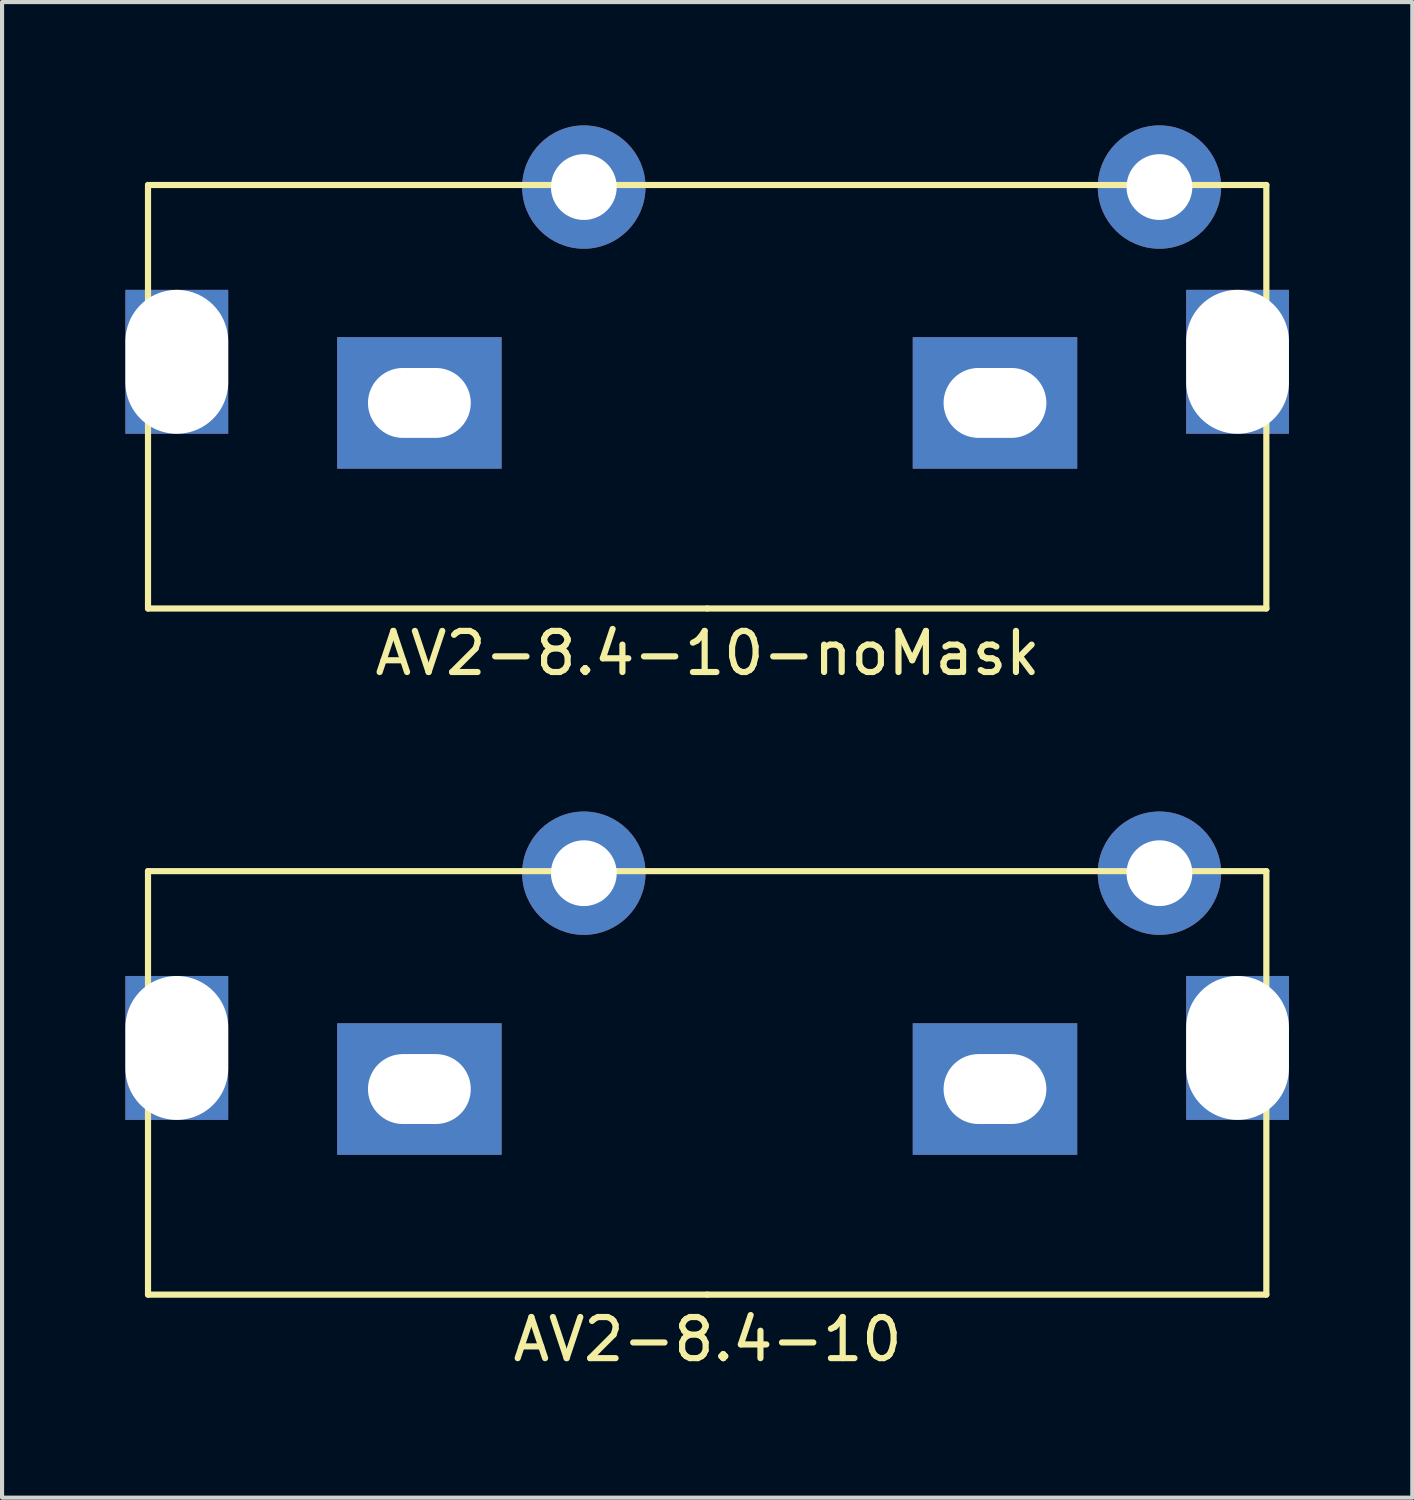
<source format=kicad_pcb>
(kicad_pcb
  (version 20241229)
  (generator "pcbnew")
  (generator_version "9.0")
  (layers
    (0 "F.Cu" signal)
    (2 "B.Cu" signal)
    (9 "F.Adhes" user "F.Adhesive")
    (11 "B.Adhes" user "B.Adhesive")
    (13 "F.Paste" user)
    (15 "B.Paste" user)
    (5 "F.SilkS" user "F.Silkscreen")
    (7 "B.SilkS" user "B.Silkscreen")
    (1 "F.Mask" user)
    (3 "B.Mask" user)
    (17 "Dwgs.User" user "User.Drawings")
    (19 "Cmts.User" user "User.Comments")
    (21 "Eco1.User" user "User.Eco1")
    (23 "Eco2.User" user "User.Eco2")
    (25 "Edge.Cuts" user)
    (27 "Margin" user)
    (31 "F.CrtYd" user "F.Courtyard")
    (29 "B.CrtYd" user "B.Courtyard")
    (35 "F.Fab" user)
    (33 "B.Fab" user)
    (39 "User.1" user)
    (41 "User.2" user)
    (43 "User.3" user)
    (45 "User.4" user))
  (footprint "AV2-8.4-10"
    (layer "F.Cu")
    (at 14.15 28.438)
    (property "Reference" "AV2-8.4-10" (at 0.01 1.09 0) (layer "F.SilkS") (effects (font (size 1 1) (thickness 0.15))))
    (attr through_hole)
    (fp_line (start -13.6 -10.3) (end -13.6 0) (stroke (width 0.15) (type solid)) (layer "F.SilkS"))
    (fp_line (start -13.6 0) (end 0 0) (stroke (width 0.15) (type solid)) (layer "F.SilkS"))
    (fp_line (start 0 0) (end 13.6 0) (stroke (width 0.15) (type solid)) (layer "F.SilkS"))
    (fp_line (start 13.6 -10.3) (end -13.6 -10.3) (stroke (width 0.15) (type solid)) (layer "F.SilkS"))
    (fp_line (start 13.6 0) (end 13.6 -10.3) (stroke (width 0.15) (type solid)) (layer "F.SilkS"))
    (pad "" np_thru_hole rect (at -12.9 -6) (size 2.5 3.5) (drill oval 2.5 3.5) (layers "*.Cu"))
    (pad "" np_thru_hole rect (at 12.9 -6) (size 2.5 3.5) (drill oval 2.5 3.5) (layers "*.Cu"))
    (pad "1" thru_hole rect (at 7 -5) (size 4 3.2) (drill oval 2.5 1.7) (layers "*.Cu" "*.Mask"))
    (pad "2" thru_hole circle (at 11 -10.25) (size 3 3) (drill 1.6) (layers "*.Cu" "*.Mask"))
    (pad "3" thru_hole rect (at -7 -5) (size 4 3.2) (drill oval 2.5 1.7) (layers "*.Cu" "*.Mask"))
    (pad "4" thru_hole circle (at -3 -10.25) (size 3 3) (drill 1.6) (layers "*.Cu" "*.Mask")))
  (footprint "AV2-8.4-10-noMask"
    (layer "F.Cu")
    (at 14.15 11.75)
    (property "Reference" "AV2-8.4-10-noMask" (at 0.01 1.09 0) (layer "F.SilkS") (effects (font (size 1 1) (thickness 0.15))))
    (attr through_hole)
    (fp_line (start -13.6 -10.3) (end -13.6 0) (stroke (width 0.15) (type solid)) (layer "F.SilkS"))
    (fp_line (start -13.6 0) (end 0 0) (stroke (width 0.15) (type solid)) (layer "F.SilkS"))
    (fp_line (start 0 0) (end 13.6 0) (stroke (width 0.15) (type solid)) (layer "F.SilkS"))
    (fp_line (start 13.6 -10.3) (end -13.6 -10.3) (stroke (width 0.15) (type solid)) (layer "F.SilkS"))
    (fp_line (start 13.6 0) (end 13.6 -10.3) (stroke (width 0.15) (type solid)) (layer "F.SilkS"))
    (pad "" np_thru_hole rect (at -12.9 -6) (size 2.5 3.5) (drill oval 2.5 3.5) (layers "*.Cu" "*.Mask"))
    (pad "" np_thru_hole rect (at 12.9 -6) (size 2.5 3.5) (drill oval 2.5 3.5) (layers "*.Cu" "*.Mask"))
    (pad "1" thru_hole rect (at 7 -5) (size 4 3.2) (drill oval 2.5 1.7) (layers "*.Cu" "*.Mask"))
    (pad "2" thru_hole circle (at 11 -10.25) (size 3 3) (drill 1.6) (layers "*.Cu" "*.Mask"))
    (pad "3" thru_hole rect (at -7 -5) (size 4 3.2) (drill oval 2.5 1.7) (layers "*.Cu" "*.Mask"))
    (pad "4" thru_hole circle (at -3 -10.25) (size 3 3) (drill 1.6) (layers "*.Cu" "*.Mask")))
  (gr_rect
    (start -3 -3)
    (end 31.3 33.377)
    (stroke (width 0.1) (type default))
    (fill no)
    (layer "Edge.Cuts")))
</source>
